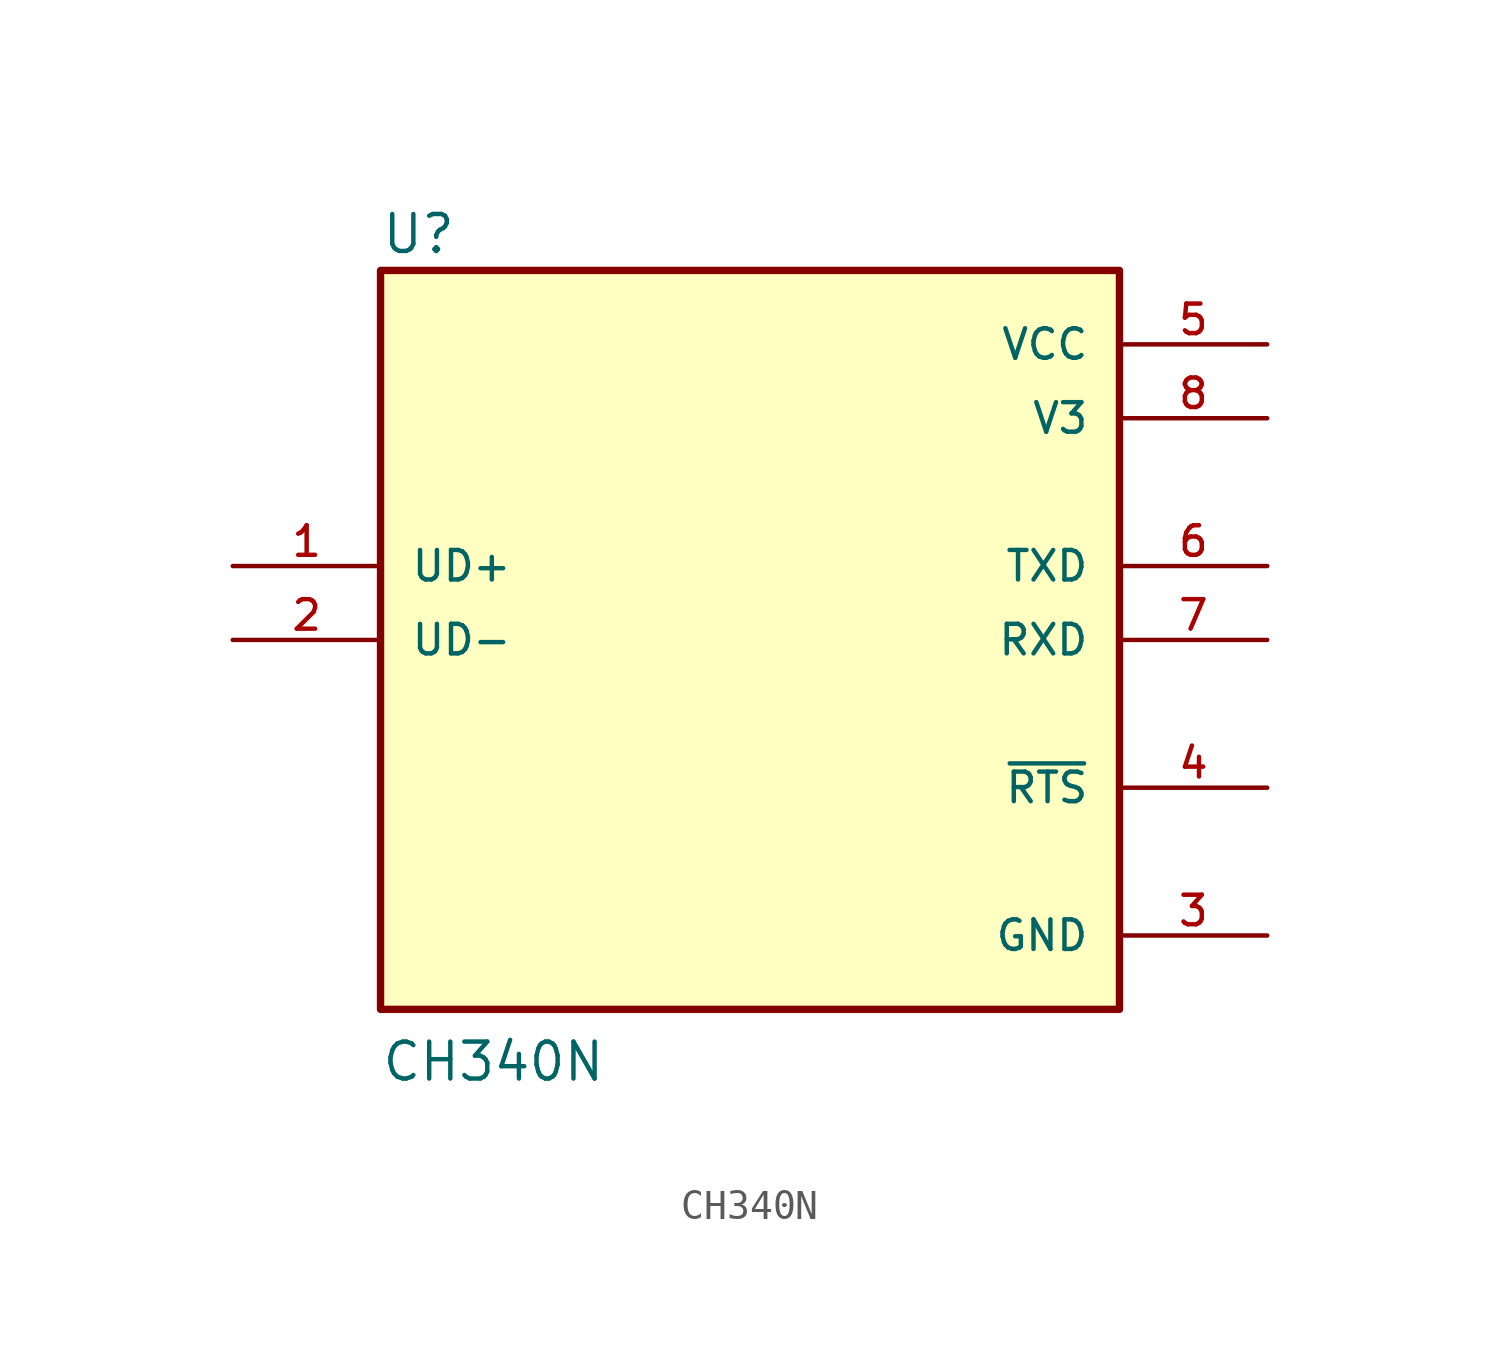
<source format=kicad_sym>
(kicad_symbol_lib
  (version 20241209)
  (generator "kicad_symbol_editor")
  (generator_version "9.0")
  (symbol "CH340N"
    (pin_names
      (offset 1.016))
    (property "Reference" "U"
      (at -12.7 13.208 0)
      (effects (font (size 1.27 1.27)) (justify left bottom)))
    (property "Value" "CH340N"
      (at -12.7 -15.24 0)
      (effects (font (size 1.27 1.27)) (justify left bottom)))
    (symbol "CH340N_0_0"
      (rectangle (start -12.7 12.7) (end 12.7 -12.7) (stroke (width 0.254) (type default)) (fill (type background)))
      (pin bidirectional line (at -17.78 2.54 0) (length 5.08) (name "UD+" (effects (font (size 1.016 1.016)))) (number "1" (effects (font (size 1.016 1.016)))))
      (pin bidirectional line (at -17.78 0 0) (length 5.08) (name "UD-" (effects (font (size 1.016 1.016)))) (number "2" (effects (font (size 1.016 1.016)))))
      (pin power_in line (at 17.78 10.16 180) (length 5.08) (name "VCC" (effects (font (size 1.016 1.016)))) (number "5" (effects (font (size 1.016 1.016)))))
      (pin power_in line (at 17.78 7.62 180) (length 5.08) (name "V3" (effects (font (size 1.016 1.016)))) (number "8" (effects (font (size 1.016 1.016)))))
      (pin output line (at 17.78 2.54 180) (length 5.08) (name "TXD" (effects (font (size 1.016 1.016)))) (number "6" (effects (font (size 1.016 1.016)))))
      (pin input line (at 17.78 0 180) (length 5.08) (name "RXD" (effects (font (size 1.016 1.016)))) (number "7" (effects (font (size 1.016 1.016)))))
      (pin output line (at 17.78 -5.08 180) (length 5.08) (name "~{RTS}" (effects (font (size 1.016 1.016)))) (number "4" (effects (font (size 1.016 1.016)))))
      (pin power_in line (at 17.78 -10.16 180) (length 5.08) (name "GND" (effects (font (size 1.016 1.016)))) (number "3" (effects (font (size 1.016 1.016))))))))
</source>
